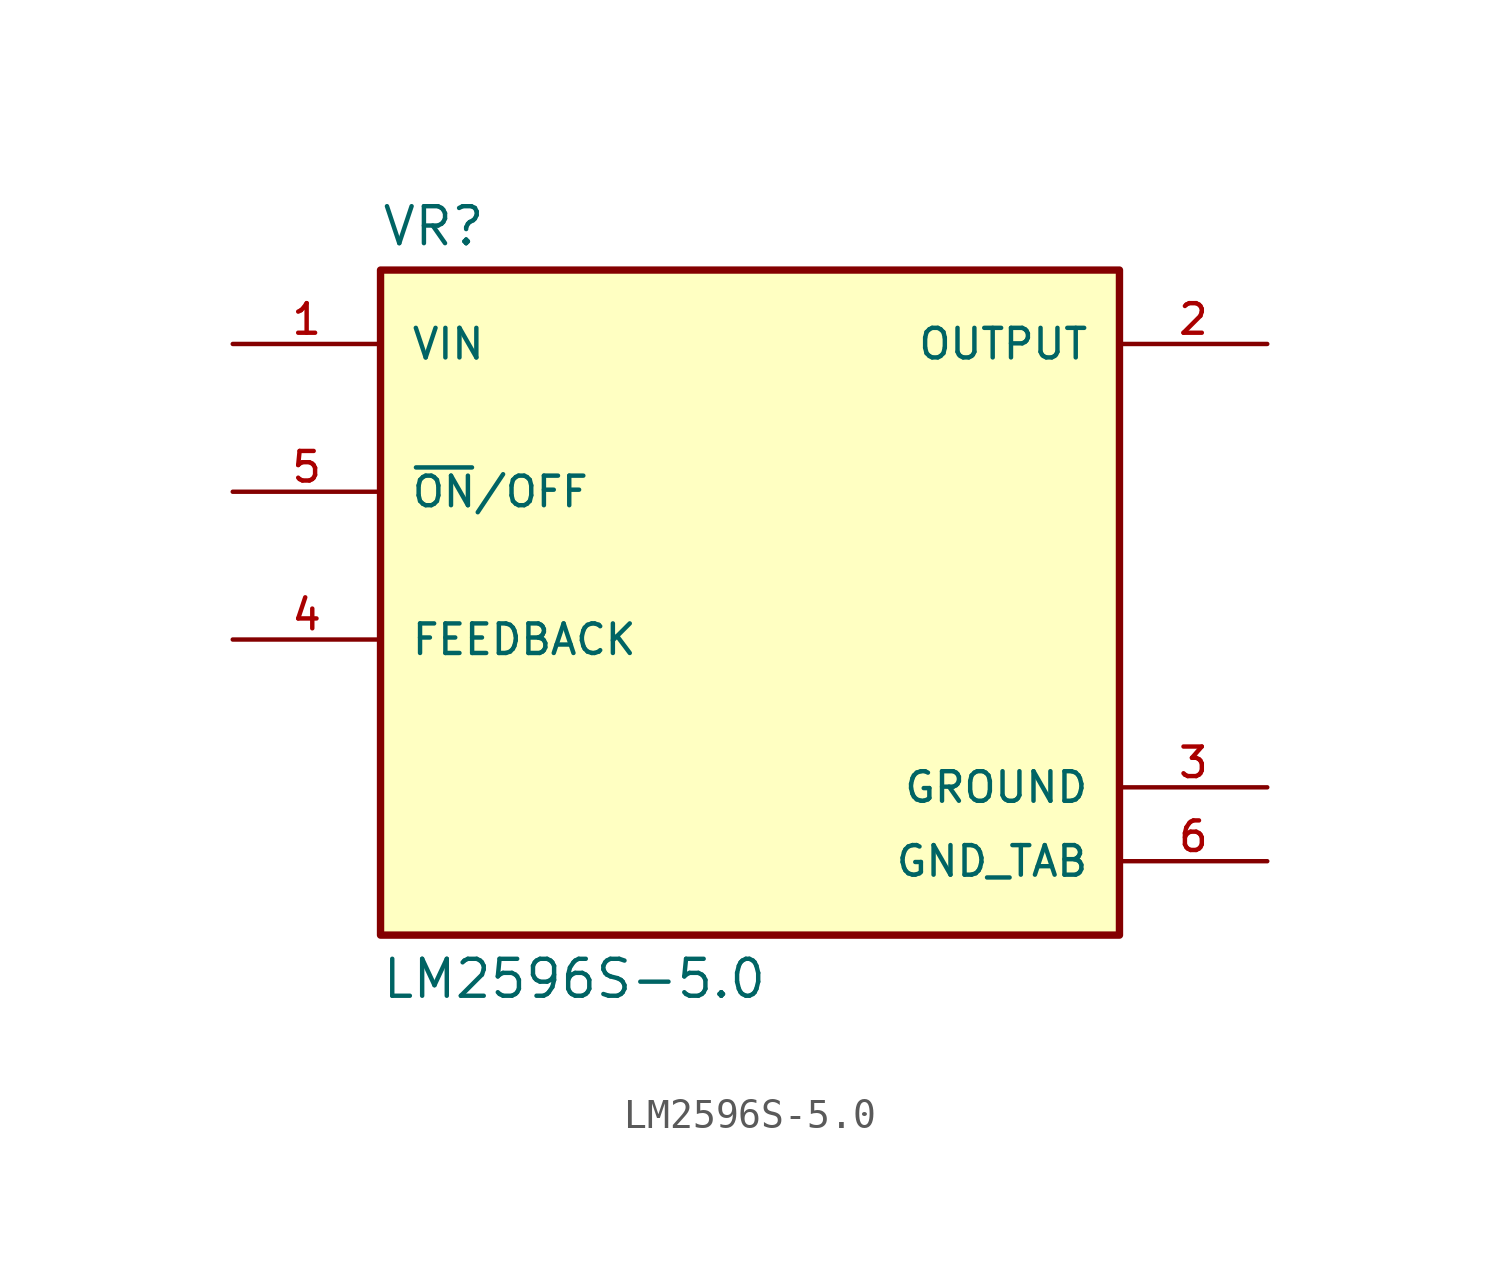
<source format=kicad_sym>
(kicad_symbol_lib
  (version 20241209)
  (generator "kicad_symbol_editor")
  (generator_version "9.0")
  (symbol "LM2596S-5.0"
    (pin_names
      (offset 1.016))
    (property "Reference" "VR"
      (at -12.7 10.922 0)
      (effects (font (size 1.27 1.27)) (justify left bottom)))
    (property "Value" "LM2596S-5.0"
      (at -12.7 -13.462 0)
      (effects (font (size 1.27 1.27)) (justify left top)))
    (symbol "LM2596S-5.0_0_0"
      (rectangle (start -12.7 -12.7) (end 12.7 10.16) (stroke (width 0.254) (type default)) (fill (type background)))
      (pin input line (at -17.78 7.62 0) (length 5.08) (name "VIN" (effects (font (size 1.016 1.016)))) (number "1" (effects (font (size 1.016 1.016)))))
      (pin input line (at -17.78 2.54 0) (length 5.08) (name "~{ON}/OFF" (effects (font (size 1.016 1.016)))) (number "5" (effects (font (size 1.016 1.016)))))
      (pin input line (at -17.78 -2.54 0) (length 5.08) (name "FEEDBACK" (effects (font (size 1.016 1.016)))) (number "4" (effects (font (size 1.016 1.016)))))
      (pin output line (at 17.78 7.62 180) (length 5.08) (name "OUTPUT" (effects (font (size 1.016 1.016)))) (number "2" (effects (font (size 1.016 1.016)))))
      (pin power_in line (at 17.78 -7.62 180) (length 5.08) (name "GROUND" (effects (font (size 1.016 1.016)))) (number "3" (effects (font (size 1.016 1.016)))))
      (pin power_in line (at 17.78 -10.16 180) (length 5.08) (name "GND_TAB" (effects (font (size 1.016 1.016)))) (number "6" (effects (font (size 1.016 1.016))))))))
</source>
